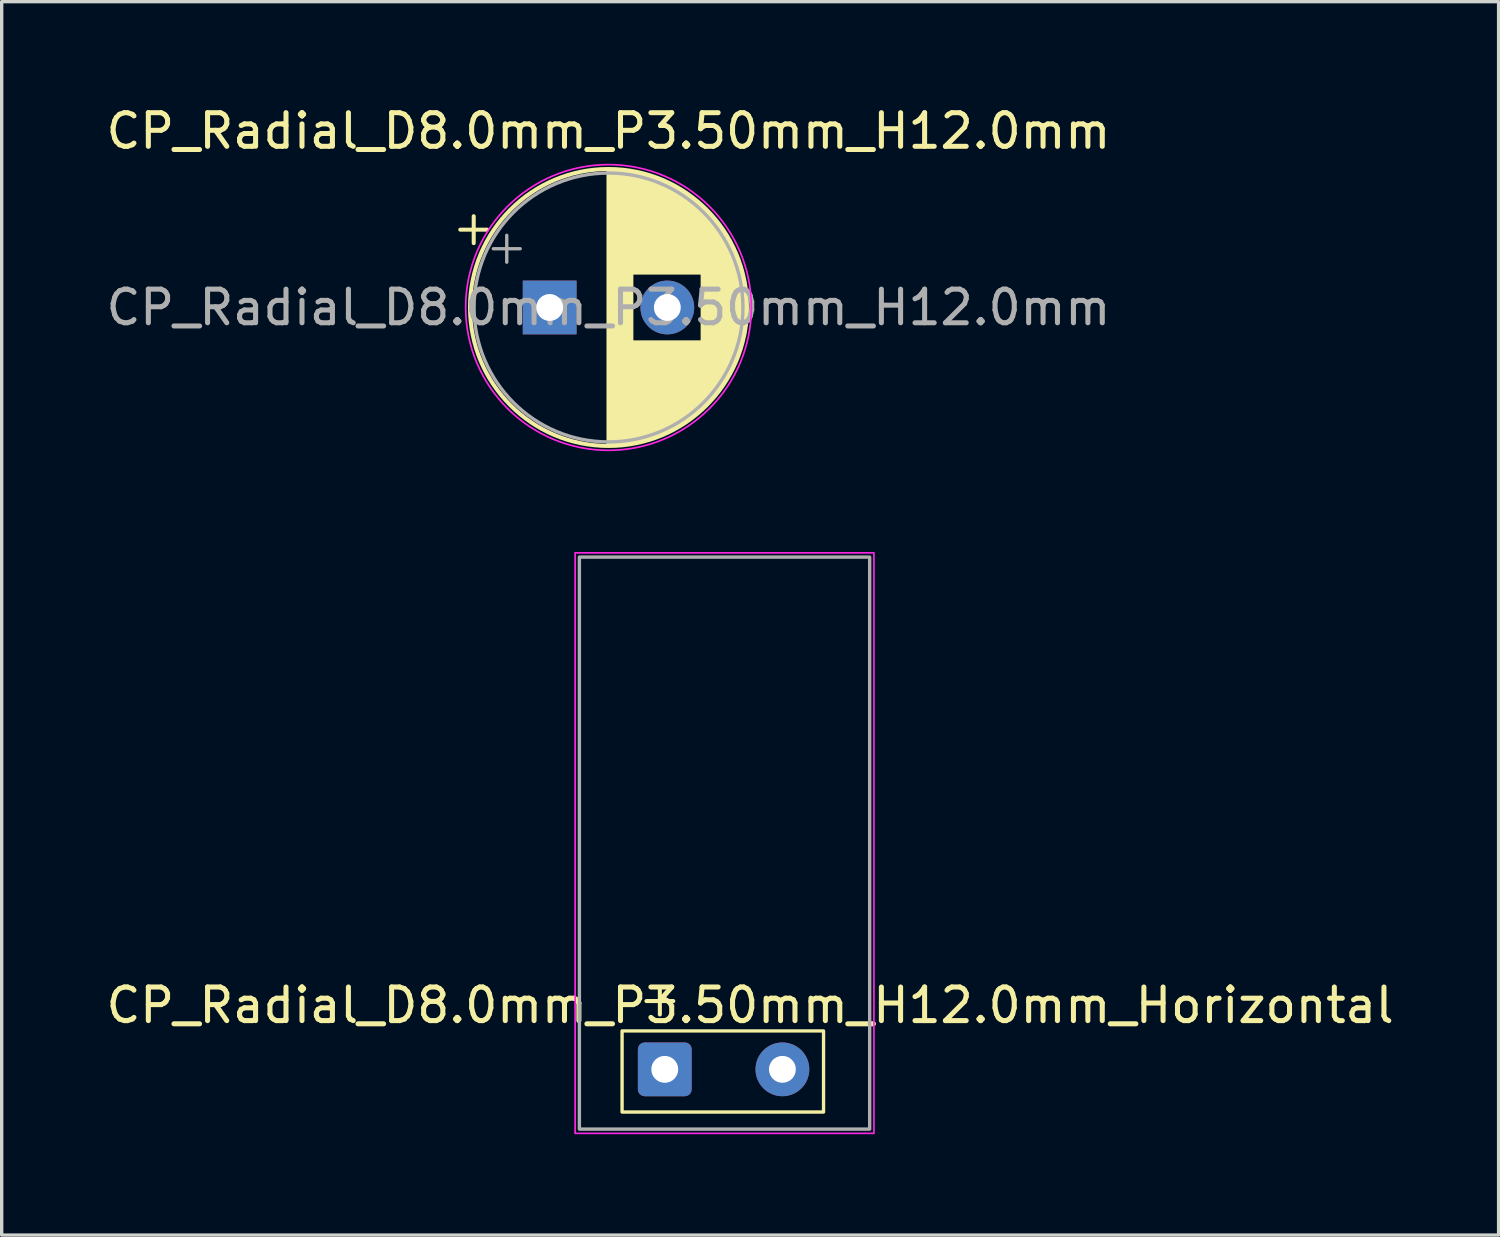
<source format=kicad_pcb>
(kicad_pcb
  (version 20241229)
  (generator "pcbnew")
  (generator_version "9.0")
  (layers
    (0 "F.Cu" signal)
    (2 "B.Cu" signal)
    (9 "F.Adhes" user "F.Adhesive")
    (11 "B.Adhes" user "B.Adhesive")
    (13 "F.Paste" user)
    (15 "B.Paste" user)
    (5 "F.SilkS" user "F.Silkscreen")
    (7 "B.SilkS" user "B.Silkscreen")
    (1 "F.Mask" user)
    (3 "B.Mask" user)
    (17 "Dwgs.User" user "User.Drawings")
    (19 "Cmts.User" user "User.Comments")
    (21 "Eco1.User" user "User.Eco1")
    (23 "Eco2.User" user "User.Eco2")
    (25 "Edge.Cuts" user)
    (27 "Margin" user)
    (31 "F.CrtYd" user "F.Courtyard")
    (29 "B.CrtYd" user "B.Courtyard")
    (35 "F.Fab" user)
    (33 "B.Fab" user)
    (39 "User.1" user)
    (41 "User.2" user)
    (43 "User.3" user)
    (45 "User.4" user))
  (footprint "CP_Radial_D8.0mm_P3.50mm_H12.0mm"
    (layer "F.Cu")
    (at 13.304 6.098)
    (property "Reference" "CP_Radial_D8.0mm_P3.50mm_H12.0mm" (at 1.75 -5.25 0) (layer "F.SilkS") (effects (font (size 1 1) (thickness 0.15))))
    (attr through_hole)
    (fp_line (start -2.66 -2.315) (end -1.86 -2.315) (stroke (width 0.12) (type solid)) (layer "F.SilkS"))
    (fp_line (start -2.26 -2.715) (end -2.26 -1.915) (stroke (width 0.12) (type solid)) (layer "F.SilkS"))
    (fp_line (start 1.75 -4.08) (end 1.75 4.08) (stroke (width 0.12) (type solid)) (layer "F.SilkS"))
    (fp_line (start 1.79 -4.08) (end 1.79 4.08) (stroke (width 0.12) (type solid)) (layer "F.SilkS"))
    (fp_line (start 1.83 -4.08) (end 1.83 4.08) (stroke (width 0.12) (type solid)) (layer "F.SilkS"))
    (fp_line (start 1.87 -4.079) (end 1.87 4.079) (stroke (width 0.12) (type solid)) (layer "F.SilkS"))
    (fp_line (start 1.91 -4.077) (end 1.91 4.077) (stroke (width 0.12) (type solid)) (layer "F.SilkS"))
    (fp_line (start 1.95 -4.076) (end 1.95 4.076) (stroke (width 0.12) (type solid)) (layer "F.SilkS"))
    (fp_line (start 1.99 -4.074) (end 1.99 4.074) (stroke (width 0.12) (type solid)) (layer "F.SilkS"))
    (fp_line (start 2.03 -4.071) (end 2.03 4.071) (stroke (width 0.12) (type solid)) (layer "F.SilkS"))
    (fp_line (start 2.07 -4.068) (end 2.07 4.068) (stroke (width 0.12) (type solid)) (layer "F.SilkS"))
    (fp_line (start 2.11 -4.065) (end 2.11 4.065) (stroke (width 0.12) (type solid)) (layer "F.SilkS"))
    (fp_line (start 2.15 -4.061) (end 2.15 4.061) (stroke (width 0.12) (type solid)) (layer "F.SilkS"))
    (fp_line (start 2.19 -4.057) (end 2.19 4.057) (stroke (width 0.12) (type solid)) (layer "F.SilkS"))
    (fp_line (start 2.23 -4.052) (end 2.23 4.052) (stroke (width 0.12) (type solid)) (layer "F.SilkS"))
    (fp_line (start 2.27 -4.048) (end 2.27 4.048) (stroke (width 0.12) (type solid)) (layer "F.SilkS"))
    (fp_line (start 2.31 -4.042) (end 2.31 4.042) (stroke (width 0.12) (type solid)) (layer "F.SilkS"))
    (fp_line (start 2.35 -4.037) (end 2.35 4.037) (stroke (width 0.12) (type solid)) (layer "F.SilkS"))
    (fp_line (start 2.39 -4.03) (end 2.39 4.03) (stroke (width 0.12) (type solid)) (layer "F.SilkS"))
    (fp_line (start 2.43 -4.024) (end 2.43 4.024) (stroke (width 0.12) (type solid)) (layer "F.SilkS"))
    (fp_line (start 2.471 -4.017) (end 2.471 -1.04) (stroke (width 0.12) (type solid)) (layer "F.SilkS"))
    (fp_line (start 2.471 1.04) (end 2.471 4.017) (stroke (width 0.12) (type solid)) (layer "F.SilkS"))
    (fp_line (start 2.511 -4.01) (end 2.511 -1.04) (stroke (width 0.12) (type solid)) (layer "F.SilkS"))
    (fp_line (start 2.511 1.04) (end 2.511 4.01) (stroke (width 0.12) (type solid)) (layer "F.SilkS"))
    (fp_line (start 2.551 -4.002) (end 2.551 -1.04) (stroke (width 0.12) (type solid)) (layer "F.SilkS"))
    (fp_line (start 2.551 1.04) (end 2.551 4.002) (stroke (width 0.12) (type solid)) (layer "F.SilkS"))
    (fp_line (start 2.591 -3.994) (end 2.591 -1.04) (stroke (width 0.12) (type solid)) (layer "F.SilkS"))
    (fp_line (start 2.591 1.04) (end 2.591 3.994) (stroke (width 0.12) (type solid)) (layer "F.SilkS"))
    (fp_line (start 2.631 -3.985) (end 2.631 -1.04) (stroke (width 0.12) (type solid)) (layer "F.SilkS"))
    (fp_line (start 2.631 1.04) (end 2.631 3.985) (stroke (width 0.12) (type solid)) (layer "F.SilkS"))
    (fp_line (start 2.671 -3.976) (end 2.671 -1.04) (stroke (width 0.12) (type solid)) (layer "F.SilkS"))
    (fp_line (start 2.671 1.04) (end 2.671 3.976) (stroke (width 0.12) (type solid)) (layer "F.SilkS"))
    (fp_line (start 2.711 -3.967) (end 2.711 -1.04) (stroke (width 0.12) (type solid)) (layer "F.SilkS"))
    (fp_line (start 2.711 1.04) (end 2.711 3.967) (stroke (width 0.12) (type solid)) (layer "F.SilkS"))
    (fp_line (start 2.751 -3.957) (end 2.751 -1.04) (stroke (width 0.12) (type solid)) (layer "F.SilkS"))
    (fp_line (start 2.751 1.04) (end 2.751 3.957) (stroke (width 0.12) (type solid)) (layer "F.SilkS"))
    (fp_line (start 2.791 -3.947) (end 2.791 -1.04) (stroke (width 0.12) (type solid)) (layer "F.SilkS"))
    (fp_line (start 2.791 1.04) (end 2.791 3.947) (stroke (width 0.12) (type solid)) (layer "F.SilkS"))
    (fp_line (start 2.831 -3.936) (end 2.831 -1.04) (stroke (width 0.12) (type solid)) (layer "F.SilkS"))
    (fp_line (start 2.831 1.04) (end 2.831 3.936) (stroke (width 0.12) (type solid)) (layer "F.SilkS"))
    (fp_line (start 2.871 -3.925) (end 2.871 -1.04) (stroke (width 0.12) (type solid)) (layer "F.SilkS"))
    (fp_line (start 2.871 1.04) (end 2.871 3.925) (stroke (width 0.12) (type solid)) (layer "F.SilkS"))
    (fp_line (start 2.911 -3.914) (end 2.911 -1.04) (stroke (width 0.12) (type solid)) (layer "F.SilkS"))
    (fp_line (start 2.911 1.04) (end 2.911 3.914) (stroke (width 0.12) (type solid)) (layer "F.SilkS"))
    (fp_line (start 2.951 -3.902) (end 2.951 -1.04) (stroke (width 0.12) (type solid)) (layer "F.SilkS"))
    (fp_line (start 2.951 1.04) (end 2.951 3.902) (stroke (width 0.12) (type solid)) (layer "F.SilkS"))
    (fp_line (start 2.991 -3.889) (end 2.991 -1.04) (stroke (width 0.12) (type solid)) (layer "F.SilkS"))
    (fp_line (start 2.991 1.04) (end 2.991 3.889) (stroke (width 0.12) (type solid)) (layer "F.SilkS"))
    (fp_line (start 3.031 -3.877) (end 3.031 -1.04) (stroke (width 0.12) (type solid)) (layer "F.SilkS"))
    (fp_line (start 3.031 1.04) (end 3.031 3.877) (stroke (width 0.12) (type solid)) (layer "F.SilkS"))
    (fp_line (start 3.071 -3.863) (end 3.071 -1.04) (stroke (width 0.12) (type solid)) (layer "F.SilkS"))
    (fp_line (start 3.071 1.04) (end 3.071 3.863) (stroke (width 0.12) (type solid)) (layer "F.SilkS"))
    (fp_line (start 3.111 -3.85) (end 3.111 -1.04) (stroke (width 0.12) (type solid)) (layer "F.SilkS"))
    (fp_line (start 3.111 1.04) (end 3.111 3.85) (stroke (width 0.12) (type solid)) (layer "F.SilkS"))
    (fp_line (start 3.151 -3.835) (end 3.151 -1.04) (stroke (width 0.12) (type solid)) (layer "F.SilkS"))
    (fp_line (start 3.151 1.04) (end 3.151 3.835) (stroke (width 0.12) (type solid)) (layer "F.SilkS"))
    (fp_line (start 3.191 -3.821) (end 3.191 -1.04) (stroke (width 0.12) (type solid)) (layer "F.SilkS"))
    (fp_line (start 3.191 1.04) (end 3.191 3.821) (stroke (width 0.12) (type solid)) (layer "F.SilkS"))
    (fp_line (start 3.231 -3.805) (end 3.231 -1.04) (stroke (width 0.12) (type solid)) (layer "F.SilkS"))
    (fp_line (start 3.231 1.04) (end 3.231 3.805) (stroke (width 0.12) (type solid)) (layer "F.SilkS"))
    (fp_line (start 3.271 -3.79) (end 3.271 -1.04) (stroke (width 0.12) (type solid)) (layer "F.SilkS"))
    (fp_line (start 3.271 1.04) (end 3.271 3.79) (stroke (width 0.12) (type solid)) (layer "F.SilkS"))
    (fp_line (start 3.311 -3.774) (end 3.311 -1.04) (stroke (width 0.12) (type solid)) (layer "F.SilkS"))
    (fp_line (start 3.311 1.04) (end 3.311 3.774) (stroke (width 0.12) (type solid)) (layer "F.SilkS"))
    (fp_line (start 3.351 -3.757) (end 3.351 -1.04) (stroke (width 0.12) (type solid)) (layer "F.SilkS"))
    (fp_line (start 3.351 1.04) (end 3.351 3.757) (stroke (width 0.12) (type solid)) (layer "F.SilkS"))
    (fp_line (start 3.391 -3.74) (end 3.391 -1.04) (stroke (width 0.12) (type solid)) (layer "F.SilkS"))
    (fp_line (start 3.391 1.04) (end 3.391 3.74) (stroke (width 0.12) (type solid)) (layer "F.SilkS"))
    (fp_line (start 3.431 -3.722) (end 3.431 -1.04) (stroke (width 0.12) (type solid)) (layer "F.SilkS"))
    (fp_line (start 3.431 1.04) (end 3.431 3.722) (stroke (width 0.12) (type solid)) (layer "F.SilkS"))
    (fp_line (start 3.471 -3.704) (end 3.471 -1.04) (stroke (width 0.12) (type solid)) (layer "F.SilkS"))
    (fp_line (start 3.471 1.04) (end 3.471 3.704) (stroke (width 0.12) (type solid)) (layer "F.SilkS"))
    (fp_line (start 3.511 -3.686) (end 3.511 -1.04) (stroke (width 0.12) (type solid)) (layer "F.SilkS"))
    (fp_line (start 3.511 1.04) (end 3.511 3.686) (stroke (width 0.12) (type solid)) (layer "F.SilkS"))
    (fp_line (start 3.551 -3.666) (end 3.551 -1.04) (stroke (width 0.12) (type solid)) (layer "F.SilkS"))
    (fp_line (start 3.551 1.04) (end 3.551 3.666) (stroke (width 0.12) (type solid)) (layer "F.SilkS"))
    (fp_line (start 3.591 -3.647) (end 3.591 -1.04) (stroke (width 0.12) (type solid)) (layer "F.SilkS"))
    (fp_line (start 3.591 1.04) (end 3.591 3.647) (stroke (width 0.12) (type solid)) (layer "F.SilkS"))
    (fp_line (start 3.631 -3.627) (end 3.631 -1.04) (stroke (width 0.12) (type solid)) (layer "F.SilkS"))
    (fp_line (start 3.631 1.04) (end 3.631 3.627) (stroke (width 0.12) (type solid)) (layer "F.SilkS"))
    (fp_line (start 3.671 -3.606) (end 3.671 -1.04) (stroke (width 0.12) (type solid)) (layer "F.SilkS"))
    (fp_line (start 3.671 1.04) (end 3.671 3.606) (stroke (width 0.12) (type solid)) (layer "F.SilkS"))
    (fp_line (start 3.711 -3.584) (end 3.711 -1.04) (stroke (width 0.12) (type solid)) (layer "F.SilkS"))
    (fp_line (start 3.711 1.04) (end 3.711 3.584) (stroke (width 0.12) (type solid)) (layer "F.SilkS"))
    (fp_line (start 3.751 -3.562) (end 3.751 -1.04) (stroke (width 0.12) (type solid)) (layer "F.SilkS"))
    (fp_line (start 3.751 1.04) (end 3.751 3.562) (stroke (width 0.12) (type solid)) (layer "F.SilkS"))
    (fp_line (start 3.791 -3.54) (end 3.791 -1.04) (stroke (width 0.12) (type solid)) (layer "F.SilkS"))
    (fp_line (start 3.791 1.04) (end 3.791 3.54) (stroke (width 0.12) (type solid)) (layer "F.SilkS"))
    (fp_line (start 3.831 -3.517) (end 3.831 -1.04) (stroke (width 0.12) (type solid)) (layer "F.SilkS"))
    (fp_line (start 3.831 1.04) (end 3.831 3.517) (stroke (width 0.12) (type solid)) (layer "F.SilkS"))
    (fp_line (start 3.871 -3.493) (end 3.871 -1.04) (stroke (width 0.12) (type solid)) (layer "F.SilkS"))
    (fp_line (start 3.871 1.04) (end 3.871 3.493) (stroke (width 0.12) (type solid)) (layer "F.SilkS"))
    (fp_line (start 3.911 -3.469) (end 3.911 -1.04) (stroke (width 0.12) (type solid)) (layer "F.SilkS"))
    (fp_line (start 3.911 1.04) (end 3.911 3.469) (stroke (width 0.12) (type solid)) (layer "F.SilkS"))
    (fp_line (start 3.951 -3.444) (end 3.951 -1.04) (stroke (width 0.12) (type solid)) (layer "F.SilkS"))
    (fp_line (start 3.951 1.04) (end 3.951 3.444) (stroke (width 0.12) (type solid)) (layer "F.SilkS"))
    (fp_line (start 3.991 -3.418) (end 3.991 -1.04) (stroke (width 0.12) (type solid)) (layer "F.SilkS"))
    (fp_line (start 3.991 1.04) (end 3.991 3.418) (stroke (width 0.12) (type solid)) (layer "F.SilkS"))
    (fp_line (start 4.031 -3.392) (end 4.031 -1.04) (stroke (width 0.12) (type solid)) (layer "F.SilkS"))
    (fp_line (start 4.031 1.04) (end 4.031 3.392) (stroke (width 0.12) (type solid)) (layer "F.SilkS"))
    (fp_line (start 4.071 -3.365) (end 4.071 -1.04) (stroke (width 0.12) (type solid)) (layer "F.SilkS"))
    (fp_line (start 4.071 1.04) (end 4.071 3.365) (stroke (width 0.12) (type solid)) (layer "F.SilkS"))
    (fp_line (start 4.111 -3.338) (end 4.111 -1.04) (stroke (width 0.12) (type solid)) (layer "F.SilkS"))
    (fp_line (start 4.111 1.04) (end 4.111 3.338) (stroke (width 0.12) (type solid)) (layer "F.SilkS"))
    (fp_line (start 4.151 -3.309) (end 4.151 -1.04) (stroke (width 0.12) (type solid)) (layer "F.SilkS"))
    (fp_line (start 4.151 1.04) (end 4.151 3.309) (stroke (width 0.12) (type solid)) (layer "F.SilkS"))
    (fp_line (start 4.191 -3.28) (end 4.191 -1.04) (stroke (width 0.12) (type solid)) (layer "F.SilkS"))
    (fp_line (start 4.191 1.04) (end 4.191 3.28) (stroke (width 0.12) (type solid)) (layer "F.SilkS"))
    (fp_line (start 4.231 -3.25) (end 4.231 -1.04) (stroke (width 0.12) (type solid)) (layer "F.SilkS"))
    (fp_line (start 4.231 1.04) (end 4.231 3.25) (stroke (width 0.12) (type solid)) (layer "F.SilkS"))
    (fp_line (start 4.271 -3.22) (end 4.271 -1.04) (stroke (width 0.12) (type solid)) (layer "F.SilkS"))
    (fp_line (start 4.271 1.04) (end 4.271 3.22) (stroke (width 0.12) (type solid)) (layer "F.SilkS"))
    (fp_line (start 4.311 -3.189) (end 4.311 -1.04) (stroke (width 0.12) (type solid)) (layer "F.SilkS"))
    (fp_line (start 4.311 1.04) (end 4.311 3.189) (stroke (width 0.12) (type solid)) (layer "F.SilkS"))
    (fp_line (start 4.351 -3.156) (end 4.351 -1.04) (stroke (width 0.12) (type solid)) (layer "F.SilkS"))
    (fp_line (start 4.351 1.04) (end 4.351 3.156) (stroke (width 0.12) (type solid)) (layer "F.SilkS"))
    (fp_line (start 4.391 -3.124) (end 4.391 -1.04) (stroke (width 0.12) (type solid)) (layer "F.SilkS"))
    (fp_line (start 4.391 1.04) (end 4.391 3.124) (stroke (width 0.12) (type solid)) (layer "F.SilkS"))
    (fp_line (start 4.431 -3.09) (end 4.431 -1.04) (stroke (width 0.12) (type solid)) (layer "F.SilkS"))
    (fp_line (start 4.431 1.04) (end 4.431 3.09) (stroke (width 0.12) (type solid)) (layer "F.SilkS"))
    (fp_line (start 4.471 -3.055) (end 4.471 -1.04) (stroke (width 0.12) (type solid)) (layer "F.SilkS"))
    (fp_line (start 4.471 1.04) (end 4.471 3.055) (stroke (width 0.12) (type solid)) (layer "F.SilkS"))
    (fp_line (start 4.511 -3.019) (end 4.511 -1.04) (stroke (width 0.12) (type solid)) (layer "F.SilkS"))
    (fp_line (start 4.511 1.04) (end 4.511 3.019) (stroke (width 0.12) (type solid)) (layer "F.SilkS"))
    (fp_line (start 4.551 -2.983) (end 4.551 2.983) (stroke (width 0.12) (type solid)) (layer "F.SilkS"))
    (fp_line (start 4.591 -2.945) (end 4.591 2.945) (stroke (width 0.12) (type solid)) (layer "F.SilkS"))
    (fp_line (start 4.631 -2.907) (end 4.631 2.907) (stroke (width 0.12) (type solid)) (layer "F.SilkS"))
    (fp_line (start 4.671 -2.867) (end 4.671 2.867) (stroke (width 0.12) (type solid)) (layer "F.SilkS"))
    (fp_line (start 4.711 -2.826) (end 4.711 2.826) (stroke (width 0.12) (type solid)) (layer "F.SilkS"))
    (fp_line (start 4.751 -2.784) (end 4.751 2.784) (stroke (width 0.12) (type solid)) (layer "F.SilkS"))
    (fp_line (start 4.791 -2.741) (end 4.791 2.741) (stroke (width 0.12) (type solid)) (layer "F.SilkS"))
    (fp_line (start 4.831 -2.697) (end 4.831 2.697) (stroke (width 0.12) (type solid)) (layer "F.SilkS"))
    (fp_line (start 4.871 -2.651) (end 4.871 2.651) (stroke (width 0.12) (type solid)) (layer "F.SilkS"))
    (fp_line (start 4.911 -2.604) (end 4.911 2.604) (stroke (width 0.12) (type solid)) (layer "F.SilkS"))
    (fp_line (start 4.951 -2.556) (end 4.951 2.556) (stroke (width 0.12) (type solid)) (layer "F.SilkS"))
    (fp_line (start 4.991 -2.505) (end 4.991 2.505) (stroke (width 0.12) (type solid)) (layer "F.SilkS"))
    (fp_line (start 5.031 -2.454) (end 5.031 2.454) (stroke (width 0.12) (type solid)) (layer "F.SilkS"))
    (fp_line (start 5.071 -2.4) (end 5.071 2.4) (stroke (width 0.12) (type solid)) (layer "F.SilkS"))
    (fp_line (start 5.111 -2.345) (end 5.111 2.345) (stroke (width 0.12) (type solid)) (layer "F.SilkS"))
    (fp_line (start 5.151 -2.287) (end 5.151 2.287) (stroke (width 0.12) (type solid)) (layer "F.SilkS"))
    (fp_line (start 5.191 -2.228) (end 5.191 2.228) (stroke (width 0.12) (type solid)) (layer "F.SilkS"))
    (fp_line (start 5.231 -2.166) (end 5.231 2.166) (stroke (width 0.12) (type solid)) (layer "F.SilkS"))
    (fp_line (start 5.271 -2.102) (end 5.271 2.102) (stroke (width 0.12) (type solid)) (layer "F.SilkS"))
    (fp_line (start 5.311 -2.034) (end 5.311 2.034) (stroke (width 0.12) (type solid)) (layer "F.SilkS"))
    (fp_line (start 5.351 -1.964) (end 5.351 1.964) (stroke (width 0.12) (type solid)) (layer "F.SilkS"))
    (fp_line (start 5.391 -1.89) (end 5.391 1.89) (stroke (width 0.12) (type solid)) (layer "F.SilkS"))
    (fp_line (start 5.431 -1.813) (end 5.431 1.813) (stroke (width 0.12) (type solid)) (layer "F.SilkS"))
    (fp_line (start 5.471 -1.731) (end 5.471 1.731) (stroke (width 0.12) (type solid)) (layer "F.SilkS"))
    (fp_line (start 5.511 -1.645) (end 5.511 1.645) (stroke (width 0.12) (type solid)) (layer "F.SilkS"))
    (fp_line (start 5.551 -1.552) (end 5.551 1.552) (stroke (width 0.12) (type solid)) (layer "F.SilkS"))
    (fp_line (start 5.591 -1.453) (end 5.591 1.453) (stroke (width 0.12) (type solid)) (layer "F.SilkS"))
    (fp_line (start 5.631 -1.346) (end 5.631 1.346) (stroke (width 0.12) (type solid)) (layer "F.SilkS"))
    (fp_line (start 5.671 -1.229) (end 5.671 1.229) (stroke (width 0.12) (type solid)) (layer "F.SilkS"))
    (fp_line (start 5.711 -1.098) (end 5.711 1.098) (stroke (width 0.12) (type solid)) (layer "F.SilkS"))
    (fp_line (start 5.751 -0.948) (end 5.751 0.948) (stroke (width 0.12) (type solid)) (layer "F.SilkS"))
    (fp_line (start 5.791 -0.768) (end 5.791 0.768) (stroke (width 0.12) (type solid)) (layer "F.SilkS"))
    (fp_line (start 5.831 -0.533) (end 5.831 0.533) (stroke (width 0.12) (type solid)) (layer "F.SilkS"))
    (fp_circle (center 1.75 0) (end 5.87 0) (stroke (width 0.12) (type solid)) (fill no) (layer "F.SilkS"))
    (fp_circle (center 1.75 0) (end 6 0) (stroke (width 0.05) (type solid)) (fill no) (layer "F.CrtYd"))
    (fp_line (start -1.677 -1.748) (end -0.877 -1.748) (stroke (width 0.1) (type solid)) (layer "F.Fab"))
    (fp_line (start -1.277 -2.147) (end -1.277 -1.347) (stroke (width 0.1) (type solid)) (layer "F.Fab"))
    (fp_circle (center 1.75 0) (end 5.75 0) (stroke (width 0.1) (type solid)) (fill no) (layer "F.Fab"))
    (fp_text user "${REFERENCE}" (at 1.75 0 0) (layer "F.Fab") (effects (font (size 1 1) (thickness 0.15))))
    (pad "1" thru_hole rect (at 0 0) (size 1.6 1.6) (drill 0.8) (layers "*.Cu" "*.Mask"))
    (pad "2" thru_hole circle (at 3.5 0) (size 1.6 1.6) (drill 0.8) (layers "*.Cu" "*.Mask")))
  (footprint "CP_Radial_D8.0mm_P3.50mm_H12.0mm_Horizontal"
    (layer "F.Cu")
    (at 16.728 28.765)
    (property "Reference" "CP_Radial_D8.0mm_P3.50mm_H12.0mm_Horizontal" (at 2.54 -1.905 0) (layer "F.SilkS") (effects (font (size 1 1) (thickness 0.15))))
    (attr through_hole)
    (fp_line (start -0.546 -2.032) (end 0.254 -2.032) (stroke (width 0.12) (type solid)) (layer "F.SilkS"))
    (fp_line (start -0.146 -2.432) (end -0.146 -1.632) (stroke (width 0.12) (type solid)) (layer "F.SilkS"))
    (fp_rect (start -1.27 -1.143) (end 4.724 1.27) (stroke (width 0.1) (type default)) (fill no) (layer "F.SilkS"))
    (fp_rect (start -2.667 -15.367) (end 6.223 1.905) (stroke (width 0.05) (type default)) (fill no) (layer "F.CrtYd"))
    (fp_rect (start -2.54 -15.24) (end 6.096 1.778) (stroke (width 0.1) (type default)) (fill no) (layer "F.Fab"))
    (pad "1" thru_hole roundrect (at 0 0) (size 1.6 1.6) (drill 0.8) (layers "*.Cu" "*.Mask") (roundrect_rratio 0.125))
    (pad "2" thru_hole circle (at 3.5 0) (size 1.6 1.6) (drill 0.8) (layers "*.Cu" "*.Mask")))
  (gr_rect
    (start -3 -3)
    (end 41.536 33.695)
    (stroke (width 0.1) (type default))
    (fill no)
    (layer "Edge.Cuts")))
</source>
